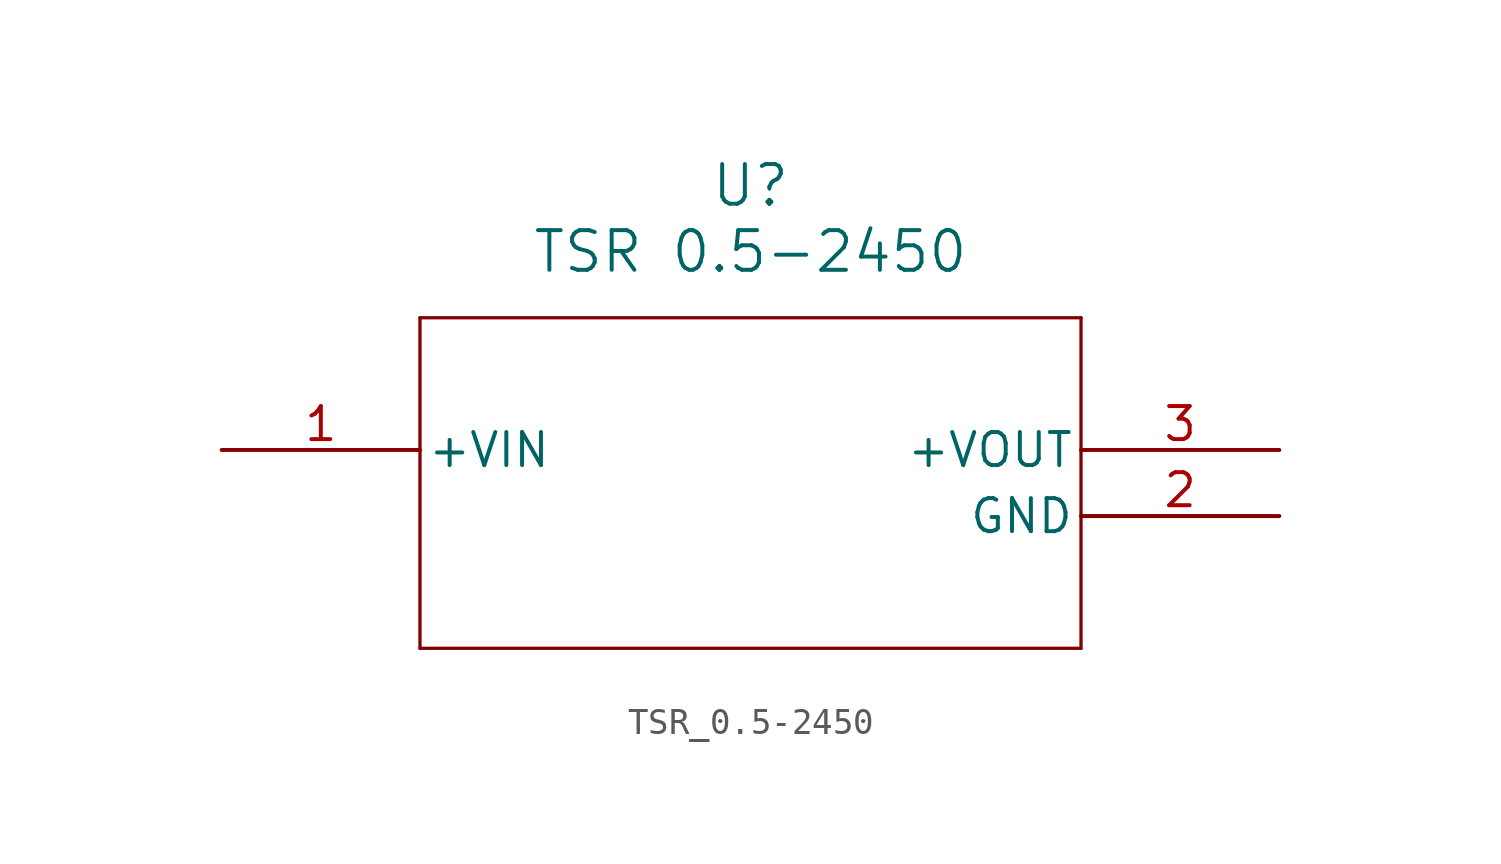
<source format=kicad_sym>
(kicad_symbol_lib
  (version 20211014)
  (generator kicad_symbol_editor)
  (symbol "TSR_0.5-2450"
    (pin_names
      (offset 0.254))
    (property "Reference" "U"
      (at 20.32 10.16 0)
      (effects (font (size 1.524 1.524))))
    (property "Value" "TSR 0.5-2450"
      (at 20.32 7.62 0)
      (effects (font (size 1.524 1.524))))
    (symbol "TSR_0.5-2450_0_1"
      (polyline (pts (xy 7.62 5.08) (xy 7.62 -7.62)) (stroke (width 0.127) (type default) (color 0 0 0 0)) (fill (type none)))
      (polyline (pts (xy 7.62 -7.62) (xy 33.02 -7.62)) (stroke (width 0.127) (type default) (color 0 0 0 0)) (fill (type none)))
      (polyline (pts (xy 33.02 -7.62) (xy 33.02 5.08)) (stroke (width 0.127) (type default) (color 0 0 0 0)) (fill (type none)))
      (polyline (pts (xy 33.02 5.08) (xy 7.62 5.08)) (stroke (width 0.127) (type default) (color 0 0 0 0)) (fill (type none)))
      (pin power_in line (at 0 0 0) (length 7.62) (name "+VIN" (effects (font (size 1.27 1.27)))) (number "1" (effects (font (size 1.27 1.27)))))
      (pin power_out line (at 40.64 -2.54 180) (length 7.62) (name "GND" (effects (font (size 1.27 1.27)))) (number "2" (effects (font (size 1.27 1.27)))))
      (pin power_in line (at 40.64 0 180) (length 7.62) (name "+VOUT" (effects (font (size 1.27 1.27)))) (number "3" (effects (font (size 1.27 1.27))))))))
</source>
